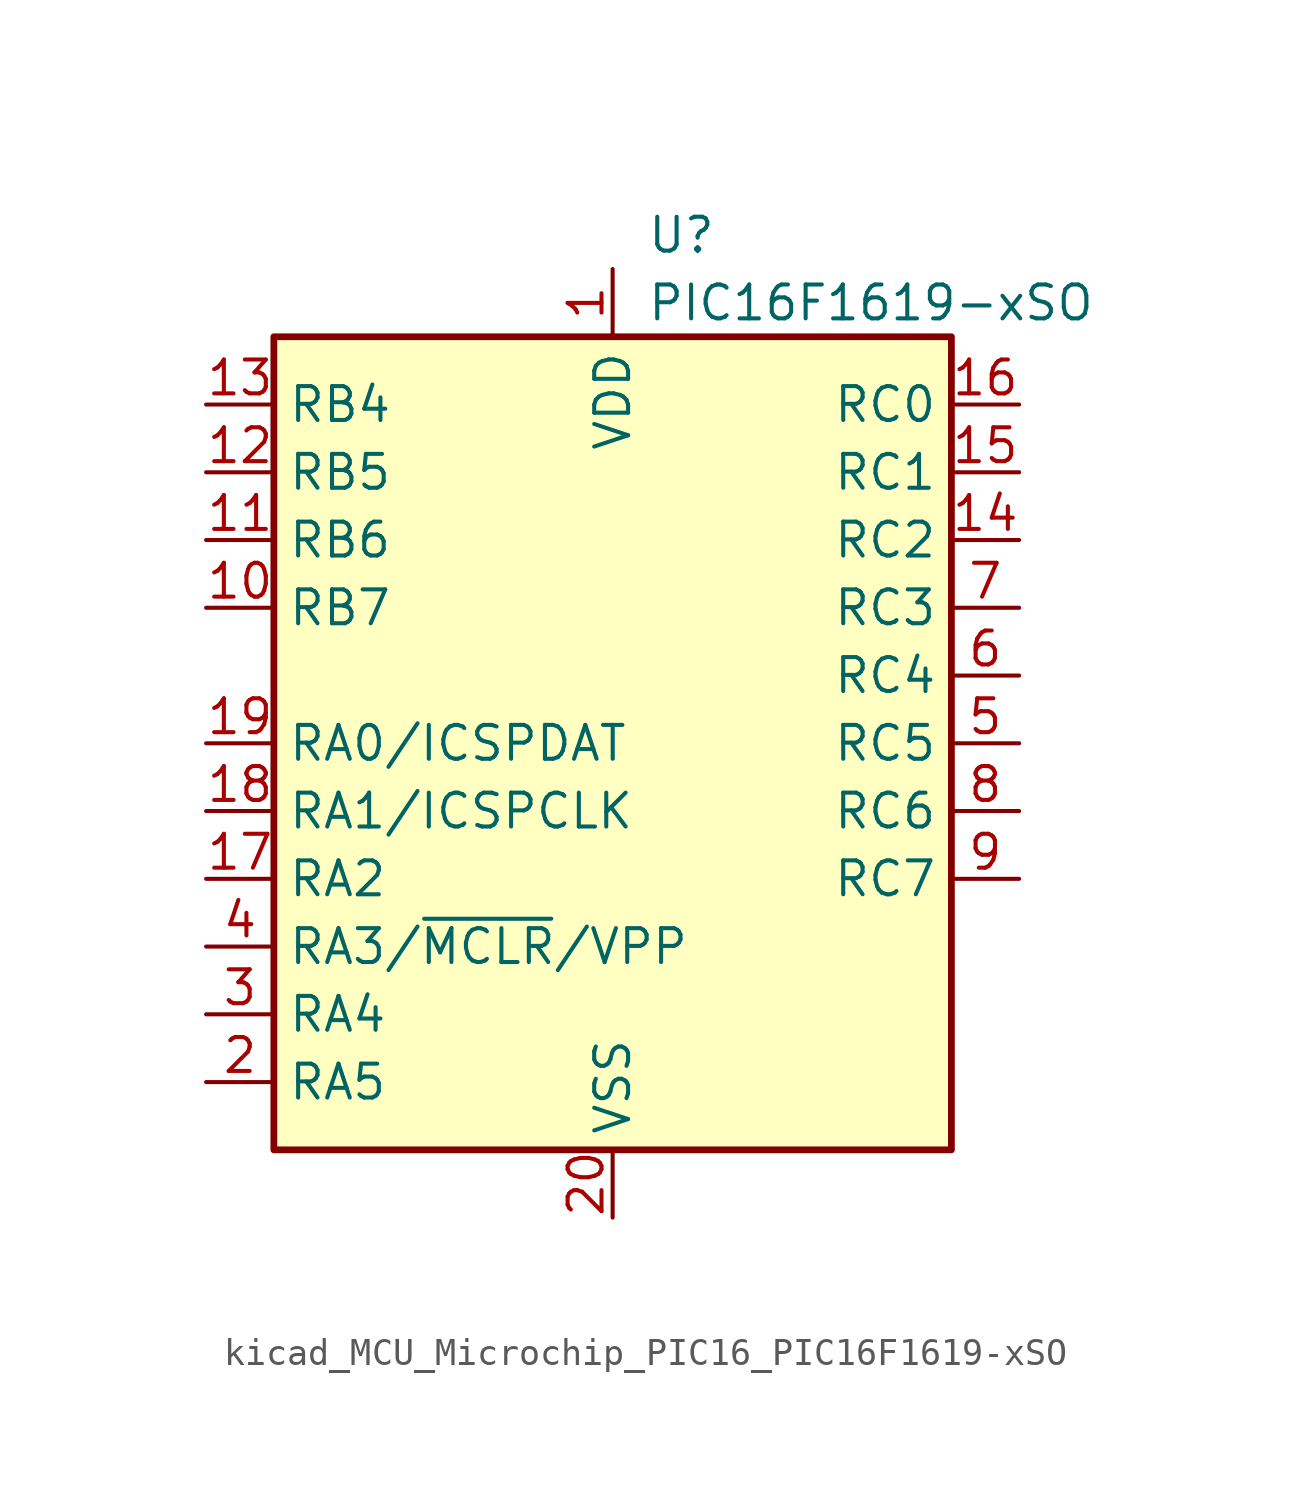
<source format=kicad_sym>
(kicad_symbol_lib
  (version 20220914)
  (generator kicad_symbol_editor)
  (symbol "kicad_MCU_Microchip_PIC16_PIC16F1619-xSO"
    (property "Reference" "U"
      (at 1.27 19.05 0)
      (effects (font (size 1.27 1.27)) (justify left)))
    (property "Value" "PIC16F1619-xSO"
      (at 1.27 16.51 0)
      (effects (font (size 1.27 1.27)) (justify left)))
    (symbol "kicad_MCU_Microchip_PIC16_PIC16F1619-xSO_0_1"
      (rectangle (start -12.7 15.24) (end 12.7 -15.24) (stroke (width 0.254) (type default)) (fill (type background))))
    (symbol "kicad_MCU_Microchip_PIC16_PIC16F1619-xSO_1_1"
      (pin power_in line (at 0 17.78 270) (length 2.54) (name "VDD" (effects (font (size 1.27 1.27)))) (number "1" (effects (font (size 1.27 1.27)))))
      (pin bidirectional line (at -15.24 5.08 0) (length 2.54) (name "RB7" (effects (font (size 1.27 1.27)))) (number "10" (effects (font (size 1.27 1.27)))))
      (pin bidirectional line (at -15.24 7.62 0) (length 2.54) (name "RB6" (effects (font (size 1.27 1.27)))) (number "11" (effects (font (size 1.27 1.27)))))
      (pin bidirectional line (at -15.24 10.16 0) (length 2.54) (name "RB5" (effects (font (size 1.27 1.27)))) (number "12" (effects (font (size 1.27 1.27)))))
      (pin bidirectional line (at -15.24 12.7 0) (length 2.54) (name "RB4" (effects (font (size 1.27 1.27)))) (number "13" (effects (font (size 1.27 1.27)))))
      (pin bidirectional line (at 15.24 7.62 180) (length 2.54) (name "RC2" (effects (font (size 1.27 1.27)))) (number "14" (effects (font (size 1.27 1.27)))))
      (pin bidirectional line (at 15.24 10.16 180) (length 2.54) (name "RC1" (effects (font (size 1.27 1.27)))) (number "15" (effects (font (size 1.27 1.27)))))
      (pin bidirectional line (at 15.24 12.7 180) (length 2.54) (name "RC0" (effects (font (size 1.27 1.27)))) (number "16" (effects (font (size 1.27 1.27)))))
      (pin bidirectional line (at -15.24 -5.08 0) (length 2.54) (name "RA2" (effects (font (size 1.27 1.27)))) (number "17" (effects (font (size 1.27 1.27)))))
      (pin bidirectional line (at -15.24 -2.54 0) (length 2.54) (name "RA1/ICSPCLK" (effects (font (size 1.27 1.27)))) (number "18" (effects (font (size 1.27 1.27)))))
      (pin bidirectional line (at -15.24 0 0) (length 2.54) (name "RA0/ICSPDAT" (effects (font (size 1.27 1.27)))) (number "19" (effects (font (size 1.27 1.27)))))
      (pin bidirectional line (at -15.24 -12.7 0) (length 2.54) (name "RA5" (effects (font (size 1.27 1.27)))) (number "2" (effects (font (size 1.27 1.27)))))
      (pin power_in line (at 0 -17.78 90) (length 2.54) (name "VSS" (effects (font (size 1.27 1.27)))) (number "20" (effects (font (size 1.27 1.27)))))
      (pin bidirectional line (at -15.24 -10.16 0) (length 2.54) (name "RA4" (effects (font (size 1.27 1.27)))) (number "3" (effects (font (size 1.27 1.27)))))
      (pin bidirectional line (at -15.24 -7.62 0) (length 2.54) (name "RA3/~{MCLR}/VPP" (effects (font (size 1.27 1.27)))) (number "4" (effects (font (size 1.27 1.27)))))
      (pin bidirectional line (at 15.24 0 180) (length 2.54) (name "RC5" (effects (font (size 1.27 1.27)))) (number "5" (effects (font (size 1.27 1.27)))))
      (pin bidirectional line (at 15.24 2.54 180) (length 2.54) (name "RC4" (effects (font (size 1.27 1.27)))) (number "6" (effects (font (size 1.27 1.27)))))
      (pin bidirectional line (at 15.24 5.08 180) (length 2.54) (name "RC3" (effects (font (size 1.27 1.27)))) (number "7" (effects (font (size 1.27 1.27)))))
      (pin bidirectional line (at 15.24 -2.54 180) (length 2.54) (name "RC6" (effects (font (size 1.27 1.27)))) (number "8" (effects (font (size 1.27 1.27)))))
      (pin bidirectional line (at 15.24 -5.08 180) (length 2.54) (name "RC7" (effects (font (size 1.27 1.27)))) (number "9" (effects (font (size 1.27 1.27))))))))
</source>
